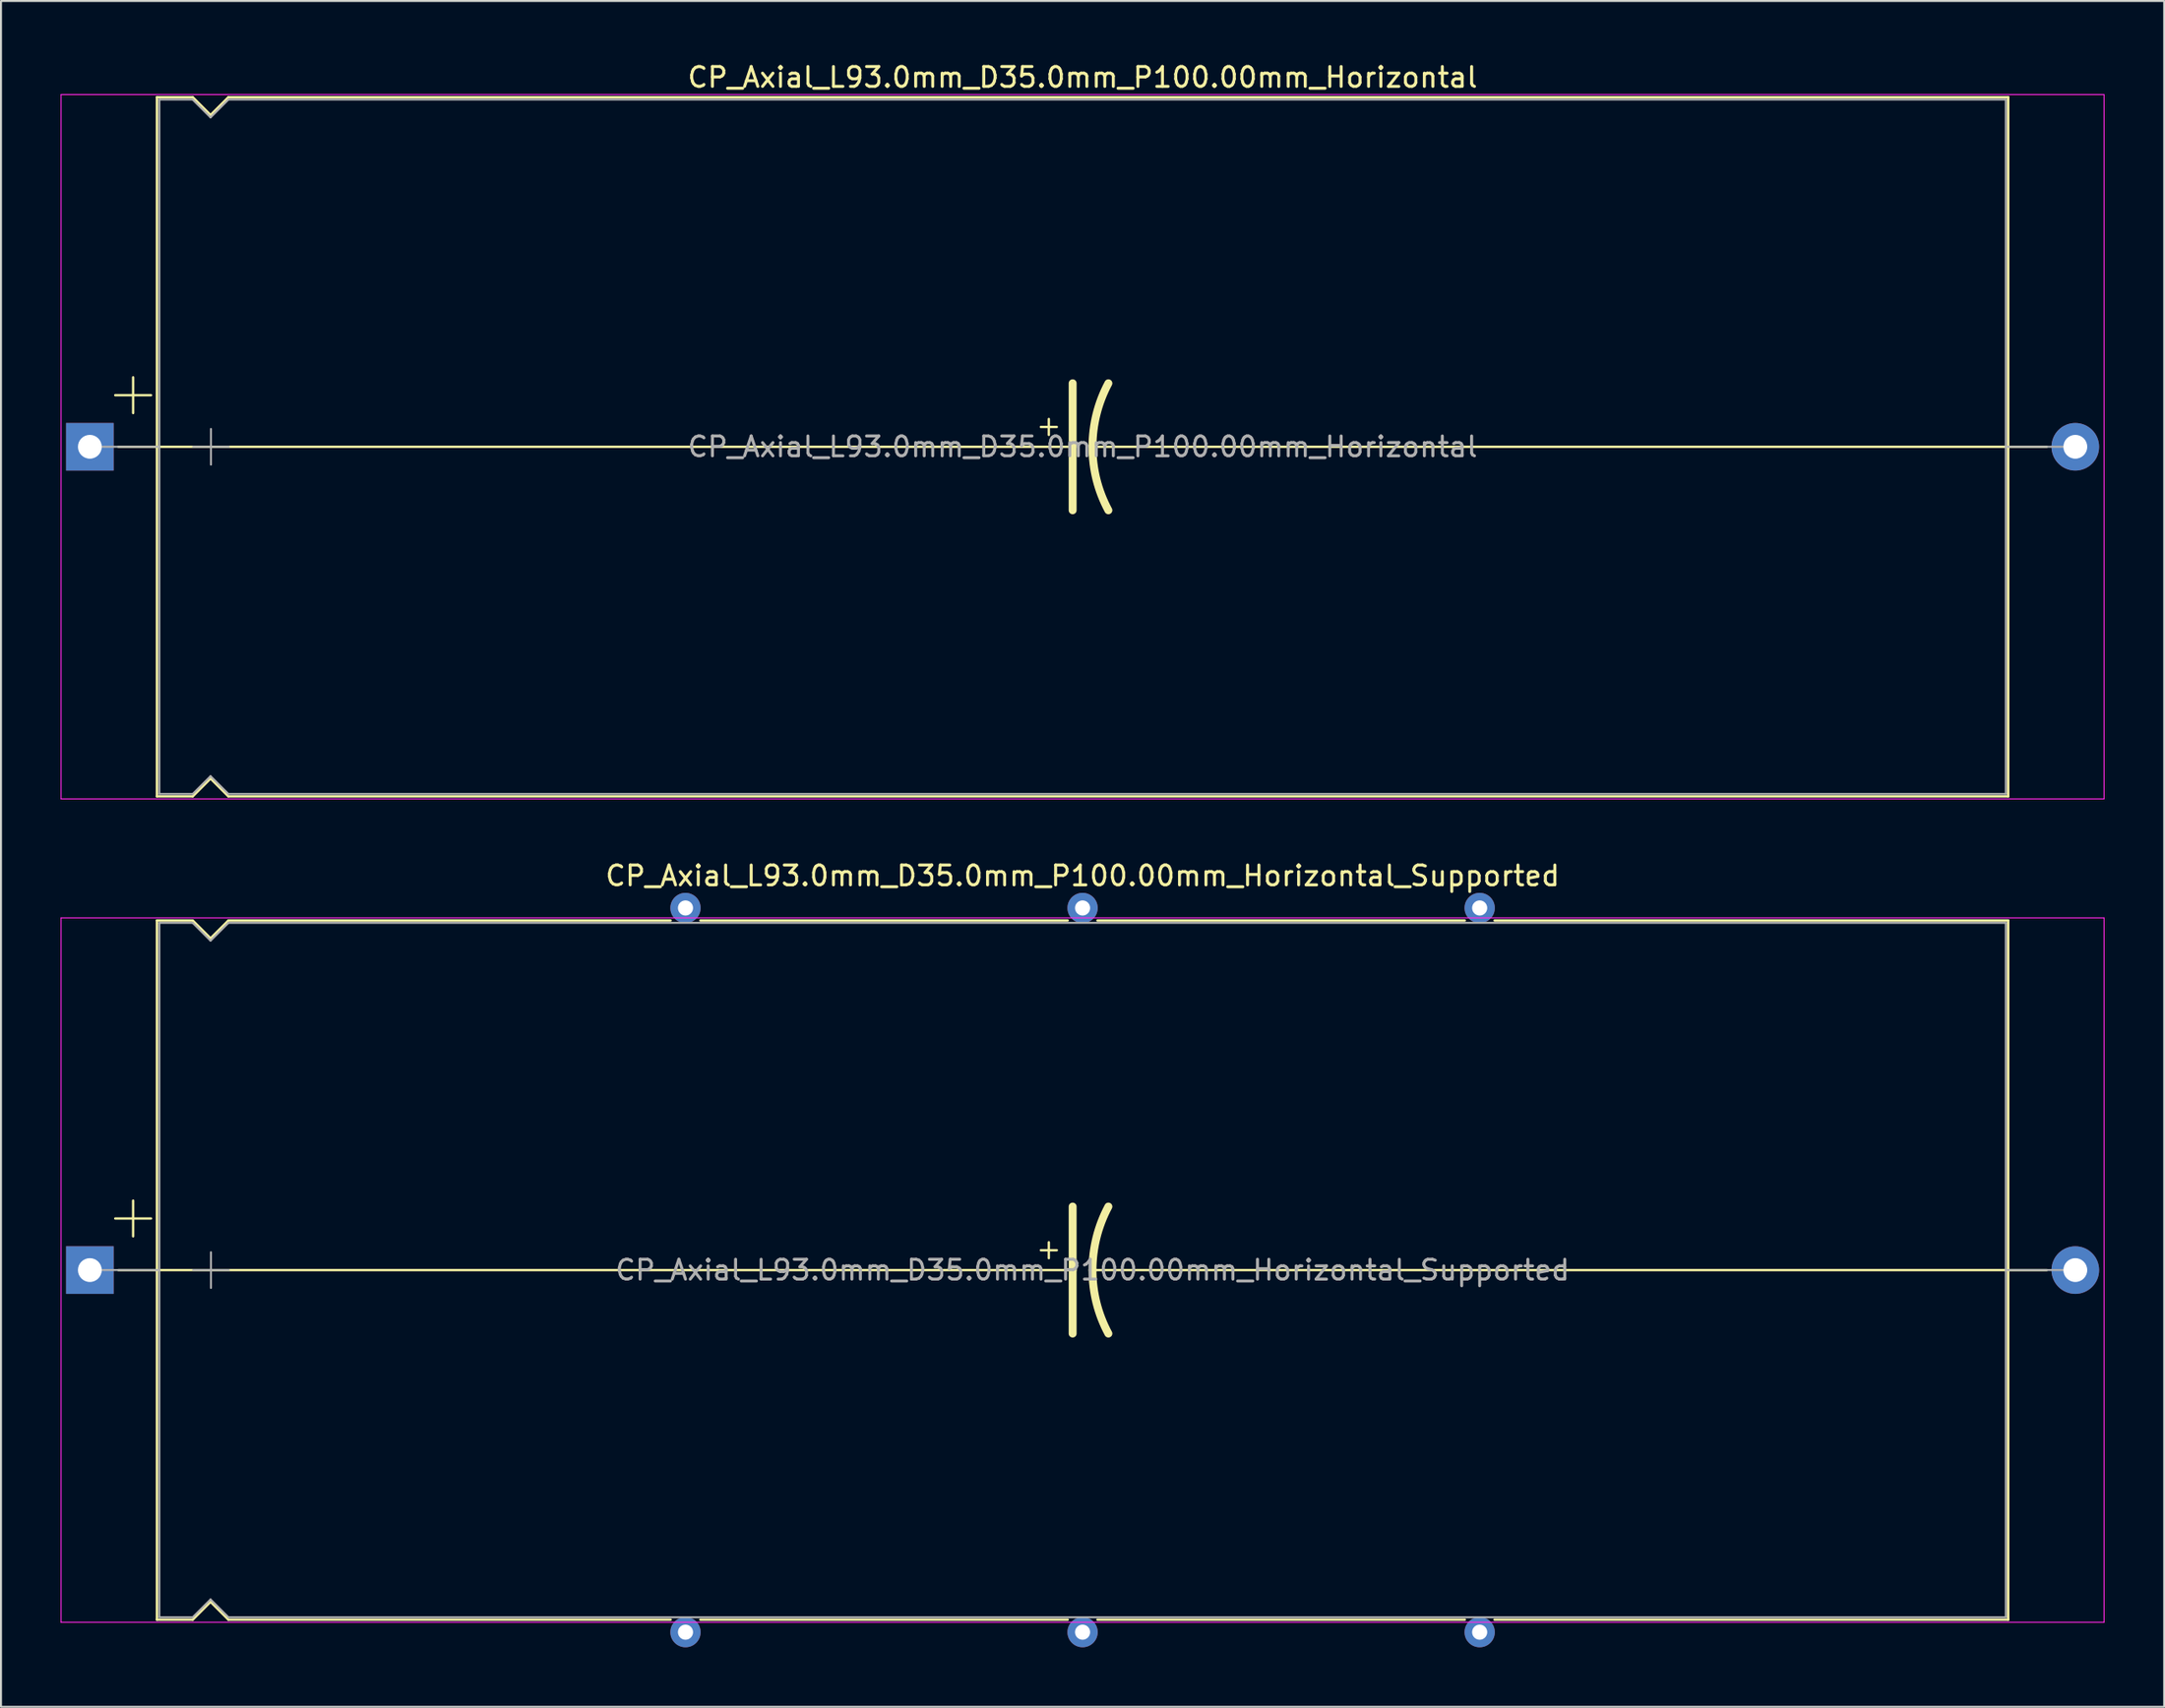
<source format=kicad_pcb>
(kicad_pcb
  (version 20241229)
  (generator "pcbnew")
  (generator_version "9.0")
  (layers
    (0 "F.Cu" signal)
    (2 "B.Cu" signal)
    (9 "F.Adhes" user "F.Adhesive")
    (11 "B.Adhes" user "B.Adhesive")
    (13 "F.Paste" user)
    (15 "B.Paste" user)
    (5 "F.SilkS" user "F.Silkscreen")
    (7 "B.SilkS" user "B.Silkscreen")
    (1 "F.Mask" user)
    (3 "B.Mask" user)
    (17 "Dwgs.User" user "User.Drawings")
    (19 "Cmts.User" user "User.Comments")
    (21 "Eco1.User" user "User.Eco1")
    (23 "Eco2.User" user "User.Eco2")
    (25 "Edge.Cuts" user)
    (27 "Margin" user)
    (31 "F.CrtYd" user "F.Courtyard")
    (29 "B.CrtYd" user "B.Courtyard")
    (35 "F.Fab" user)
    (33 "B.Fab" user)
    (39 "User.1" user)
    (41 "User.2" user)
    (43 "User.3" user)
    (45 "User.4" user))
  (footprint "CP_Axial_L93.0mm_D35.0mm_P100.00mm_Horizontal_Supported"
    (layer "F.Cu")
    (at 1.475 60.962)
    (property "Reference" "CP_Axial_L93.0mm_D35.0mm_P100.00mm_Horizontal_Supported" (at 50 -19.87 0) (layer "F.SilkS") (effects (font (size 1 1) (thickness 0.15))))
    (attr through_hole)
    (fp_line (start 1.28 -2.6) (end 3.08 -2.6) (stroke (width 0.12) (type solid)) (layer "F.SilkS"))
    (fp_line (start 1.44 0) (end 3.38 0) (stroke (width 0.12) (type solid)) (layer "F.SilkS"))
    (fp_line (start 2.18 -3.5) (end 2.18 -1.7) (stroke (width 0.12) (type solid)) (layer "F.SilkS"))
    (fp_line (start 3.38 -17.62) (end 3.38 17.62) (stroke (width 0.12) (type solid)) (layer "F.SilkS"))
    (fp_line (start 3.38 -17.62) (end 5.18 -17.62) (stroke (width 0.12) (type solid)) (layer "F.SilkS"))
    (fp_line (start 3.38 0) (end 49.5 0) (stroke (width 0.12) (type solid)) (layer "F.SilkS"))
    (fp_line (start 3.38 17.62) (end 5.18 17.62) (stroke (width 0.12) (type solid)) (layer "F.SilkS"))
    (fp_line (start 5.18 -17.62) (end 6.08 -16.72) (stroke (width 0.12) (type solid)) (layer "F.SilkS"))
    (fp_line (start 5.18 17.62) (end 6.08 16.72) (stroke (width 0.12) (type solid)) (layer "F.SilkS"))
    (fp_line (start 6.08 -16.72) (end 6.98 -17.62) (stroke (width 0.12) (type solid)) (layer "F.SilkS"))
    (fp_line (start 6.08 16.72) (end 6.98 17.62) (stroke (width 0.12) (type solid)) (layer "F.SilkS"))
    (fp_line (start 6.98 -17.62) (end 29.25 -17.62) (stroke (width 0.12) (type solid)) (layer "F.SilkS"))
    (fp_line (start 6.98 17.62) (end 29.25 17.62) (stroke (width 0.12) (type solid)) (layer "F.SilkS"))
    (fp_line (start 30.75 -17.62) (end 49.25 -17.62) (stroke (width 0.12) (type solid)) (layer "F.SilkS"))
    (fp_line (start 30.75 17.62) (end 49.25 17.62) (stroke (width 0.12) (type solid)) (layer "F.SilkS"))
    (fp_line (start 47.9 -1) (end 48.7 -1) (stroke (width 0.12) (type solid)) (layer "F.SilkS"))
    (fp_line (start 48.3 -1.4) (end 48.3 -0.6) (stroke (width 0.12) (type solid)) (layer "F.SilkS"))
    (fp_line (start 49.5 0) (end 49.5 -3.2) (stroke (width 0.4) (type solid)) (layer "F.SilkS"))
    (fp_line (start 49.5 0) (end 49.5 3.2) (stroke (width 0.4) (type solid)) (layer "F.SilkS"))
    (fp_line (start 50.75 -17.62) (end 69.25 -17.62) (stroke (width 0.12) (type solid)) (layer "F.SilkS"))
    (fp_line (start 50.75 17.62) (end 69.25 17.62) (stroke (width 0.12) (type solid)) (layer "F.SilkS"))
    (fp_line (start 70.75 -17.62) (end 96.62 -17.62) (stroke (width 0.12) (type solid)) (layer "F.SilkS"))
    (fp_line (start 70.75 17.62) (end 96.62 17.62) (stroke (width 0.12) (type solid)) (layer "F.SilkS"))
    (fp_line (start 96.62 -17.62) (end 96.62 17.62) (stroke (width 0.12) (type solid)) (layer "F.SilkS"))
    (fp_line (start 96.62 0) (end 50.5 0) (stroke (width 0.12) (type solid)) (layer "F.SilkS"))
    (fp_line (start 98.56 0) (end 96.62 0) (stroke (width 0.12) (type solid)) (layer "F.SilkS"))
    (fp_arc (start 50.5 0) (mid 50.703546 -1.649113) (end 51.3 -3.2) (stroke (width 0.4) (type solid)) (layer "F.SilkS"))
    (fp_arc (start 51.3 3.2) (mid 50.700708 1.649824) (end 50.5 0) (stroke (width 0.4) (type solid)) (layer "F.SilkS"))
    (fp_line (start -1.45 -17.75) (end -1.45 17.75) (stroke (width 0.05) (type solid)) (layer "F.CrtYd"))
    (fp_line (start -1.45 17.75) (end 101.45 17.75) (stroke (width 0.05) (type solid)) (layer "F.CrtYd"))
    (fp_line (start 101.45 -17.75) (end -1.45 -17.75) (stroke (width 0.05) (type solid)) (layer "F.CrtYd"))
    (fp_line (start 101.45 17.75) (end 101.45 -17.75) (stroke (width 0.05) (type solid)) (layer "F.CrtYd"))
    (fp_line (start 0 0) (end 3.5 0) (stroke (width 0.1) (type solid)) (layer "F.Fab"))
    (fp_line (start 3.5 -17.5) (end 3.5 17.5) (stroke (width 0.1) (type solid)) (layer "F.Fab"))
    (fp_line (start 3.5 -17.5) (end 5.18 -17.5) (stroke (width 0.1) (type solid)) (layer "F.Fab"))
    (fp_line (start 3.5 17.5) (end 5.18 17.5) (stroke (width 0.1) (type solid)) (layer "F.Fab"))
    (fp_line (start 5.18 -17.5) (end 6.08 -16.6) (stroke (width 0.1) (type solid)) (layer "F.Fab"))
    (fp_line (start 5.18 17.5) (end 6.08 16.6) (stroke (width 0.1) (type solid)) (layer "F.Fab"))
    (fp_line (start 5.2 0) (end 7 0) (stroke (width 0.1) (type solid)) (layer "F.Fab"))
    (fp_line (start 6.08 -16.6) (end 6.98 -17.5) (stroke (width 0.1) (type solid)) (layer "F.Fab"))
    (fp_line (start 6.08 16.6) (end 6.98 17.5) (stroke (width 0.1) (type solid)) (layer "F.Fab"))
    (fp_line (start 6.1 -0.9) (end 6.1 0.9) (stroke (width 0.1) (type solid)) (layer "F.Fab"))
    (fp_line (start 6.98 -17.5) (end 96.5 -17.5) (stroke (width 0.1) (type solid)) (layer "F.Fab"))
    (fp_line (start 6.98 17.5) (end 96.5 17.5) (stroke (width 0.1) (type solid)) (layer "F.Fab"))
    (fp_line (start 96.5 -17.5) (end 96.5 17.5) (stroke (width 0.1) (type solid)) (layer "F.Fab"))
    (fp_line (start 100 0) (end 96.5 0) (stroke (width 0.1) (type solid)) (layer "F.Fab"))
    (fp_text user "${REFERENCE}" (at 50.5 0 0) (layer "F.Fab") (effects (font (size 1 1) (thickness 0.15))))
    (pad "" thru_hole circle (at 30 -18.25) (size 1.524 1.524) (drill 0.762) (layers "*.Cu" "*.Mask"))
    (pad "" thru_hole circle (at 30 18.25) (size 1.524 1.524) (drill 0.762) (layers "*.Cu" "*.Mask"))
    (pad "" thru_hole circle (at 50 -18.25) (size 1.524 1.524) (drill 0.762) (layers "*.Cu" "*.Mask"))
    (pad "" thru_hole circle (at 50 18.25) (size 1.524 1.524) (drill 0.762) (layers "*.Cu" "*.Mask"))
    (pad "" thru_hole circle (at 70 -18.25) (size 1.524 1.524) (drill 0.762) (layers "*.Cu" "*.Mask"))
    (pad "" thru_hole circle (at 70 18.25) (size 1.524 1.524) (drill 0.762) (layers "*.Cu" "*.Mask"))
    (pad "1" thru_hole rect (at 0 0) (size 2.4 2.4) (drill 1.2) (layers "*.Cu" "*.Mask"))
    (pad "2" thru_hole oval (at 100 0) (size 2.4 2.4) (drill 1.2) (layers "*.Cu" "*.Mask")))
  (footprint "CP_Axial_L93.0mm_D35.0mm_P100.00mm_Horizontal"
    (layer "F.Cu")
    (at 1.475 19.468)
    (property "Reference" "CP_Axial_L93.0mm_D35.0mm_P100.00mm_Horizontal" (at 50 -18.62 0) (layer "F.SilkS") (effects (font (size 1 1) (thickness 0.15))))
    (attr through_hole)
    (fp_line (start 1.28 -2.6) (end 3.08 -2.6) (stroke (width 0.12) (type solid)) (layer "F.SilkS"))
    (fp_line (start 1.44 0) (end 3.38 0) (stroke (width 0.12) (type solid)) (layer "F.SilkS"))
    (fp_line (start 2.18 -3.5) (end 2.18 -1.7) (stroke (width 0.12) (type solid)) (layer "F.SilkS"))
    (fp_line (start 3.38 -17.62) (end 3.38 17.62) (stroke (width 0.12) (type solid)) (layer "F.SilkS"))
    (fp_line (start 3.38 -17.62) (end 5.18 -17.62) (stroke (width 0.12) (type solid)) (layer "F.SilkS"))
    (fp_line (start 3.38 0) (end 49.5 0) (stroke (width 0.12) (type solid)) (layer "F.SilkS"))
    (fp_line (start 3.38 17.62) (end 5.18 17.62) (stroke (width 0.12) (type solid)) (layer "F.SilkS"))
    (fp_line (start 5.18 -17.62) (end 6.08 -16.72) (stroke (width 0.12) (type solid)) (layer "F.SilkS"))
    (fp_line (start 5.18 17.62) (end 6.08 16.72) (stroke (width 0.12) (type solid)) (layer "F.SilkS"))
    (fp_line (start 6.08 -16.72) (end 6.98 -17.62) (stroke (width 0.12) (type solid)) (layer "F.SilkS"))
    (fp_line (start 6.08 16.72) (end 6.98 17.62) (stroke (width 0.12) (type solid)) (layer "F.SilkS"))
    (fp_line (start 6.98 -17.62) (end 96.62 -17.62) (stroke (width 0.12) (type solid)) (layer "F.SilkS"))
    (fp_line (start 6.98 17.62) (end 96.62 17.62) (stroke (width 0.12) (type solid)) (layer "F.SilkS"))
    (fp_line (start 47.9 -1) (end 48.7 -1) (stroke (width 0.12) (type solid)) (layer "F.SilkS"))
    (fp_line (start 48.3 -1.4) (end 48.3 -0.6) (stroke (width 0.12) (type solid)) (layer "F.SilkS"))
    (fp_line (start 49.5 0) (end 49.5 -3.2) (stroke (width 0.4) (type solid)) (layer "F.SilkS"))
    (fp_line (start 49.5 0) (end 49.5 3.2) (stroke (width 0.4) (type solid)) (layer "F.SilkS"))
    (fp_line (start 96.62 -17.62) (end 96.62 17.62) (stroke (width 0.12) (type solid)) (layer "F.SilkS"))
    (fp_line (start 96.62 0) (end 50.5 0) (stroke (width 0.12) (type solid)) (layer "F.SilkS"))
    (fp_line (start 98.56 0) (end 96.62 0) (stroke (width 0.12) (type solid)) (layer "F.SilkS"))
    (fp_arc (start 50.5 0) (mid 50.703546 -1.649113) (end 51.3 -3.2) (stroke (width 0.4) (type solid)) (layer "F.SilkS"))
    (fp_arc (start 51.3 3.2) (mid 50.700708 1.649824) (end 50.5 0) (stroke (width 0.4) (type solid)) (layer "F.SilkS"))
    (fp_line (start -1.45 -17.75) (end -1.45 17.75) (stroke (width 0.05) (type solid)) (layer "F.CrtYd"))
    (fp_line (start -1.45 17.75) (end 101.45 17.75) (stroke (width 0.05) (type solid)) (layer "F.CrtYd"))
    (fp_line (start 101.45 -17.75) (end -1.45 -17.75) (stroke (width 0.05) (type solid)) (layer "F.CrtYd"))
    (fp_line (start 101.45 17.75) (end 101.45 -17.75) (stroke (width 0.05) (type solid)) (layer "F.CrtYd"))
    (fp_line (start 0 0) (end 3.5 0) (stroke (width 0.1) (type solid)) (layer "F.Fab"))
    (fp_line (start 3.5 -17.5) (end 3.5 17.5) (stroke (width 0.1) (type solid)) (layer "F.Fab"))
    (fp_line (start 3.5 -17.5) (end 5.18 -17.5) (stroke (width 0.1) (type solid)) (layer "F.Fab"))
    (fp_line (start 3.5 17.5) (end 5.18 17.5) (stroke (width 0.1) (type solid)) (layer "F.Fab"))
    (fp_line (start 5.18 -17.5) (end 6.08 -16.6) (stroke (width 0.1) (type solid)) (layer "F.Fab"))
    (fp_line (start 5.18 17.5) (end 6.08 16.6) (stroke (width 0.1) (type solid)) (layer "F.Fab"))
    (fp_line (start 5.2 0) (end 7 0) (stroke (width 0.1) (type solid)) (layer "F.Fab"))
    (fp_line (start 6.08 -16.6) (end 6.98 -17.5) (stroke (width 0.1) (type solid)) (layer "F.Fab"))
    (fp_line (start 6.08 16.6) (end 6.98 17.5) (stroke (width 0.1) (type solid)) (layer "F.Fab"))
    (fp_line (start 6.1 -0.9) (end 6.1 0.9) (stroke (width 0.1) (type solid)) (layer "F.Fab"))
    (fp_line (start 6.98 -17.5) (end 96.5 -17.5) (stroke (width 0.1) (type solid)) (layer "F.Fab"))
    (fp_line (start 6.98 17.5) (end 96.5 17.5) (stroke (width 0.1) (type solid)) (layer "F.Fab"))
    (fp_line (start 96.5 -17.5) (end 96.5 17.5) (stroke (width 0.1) (type solid)) (layer "F.Fab"))
    (fp_line (start 100 0) (end 96.5 0) (stroke (width 0.1) (type solid)) (layer "F.Fab"))
    (fp_text user "${REFERENCE}" (at 50 0 0) (layer "F.Fab") (effects (font (size 1 1) (thickness 0.15))))
    (pad "1" thru_hole rect (at 0 0) (size 2.4 2.4) (drill 1.2) (layers "*.Cu" "*.Mask"))
    (pad "2" thru_hole oval (at 100 0) (size 2.4 2.4) (drill 1.2) (layers "*.Cu" "*.Mask")))
  (gr_rect
    (start -3 -3)
    (end 105.95 82.974)
    (stroke (width 0.1) (type default))
    (fill no)
    (layer "Edge.Cuts")))
</source>
